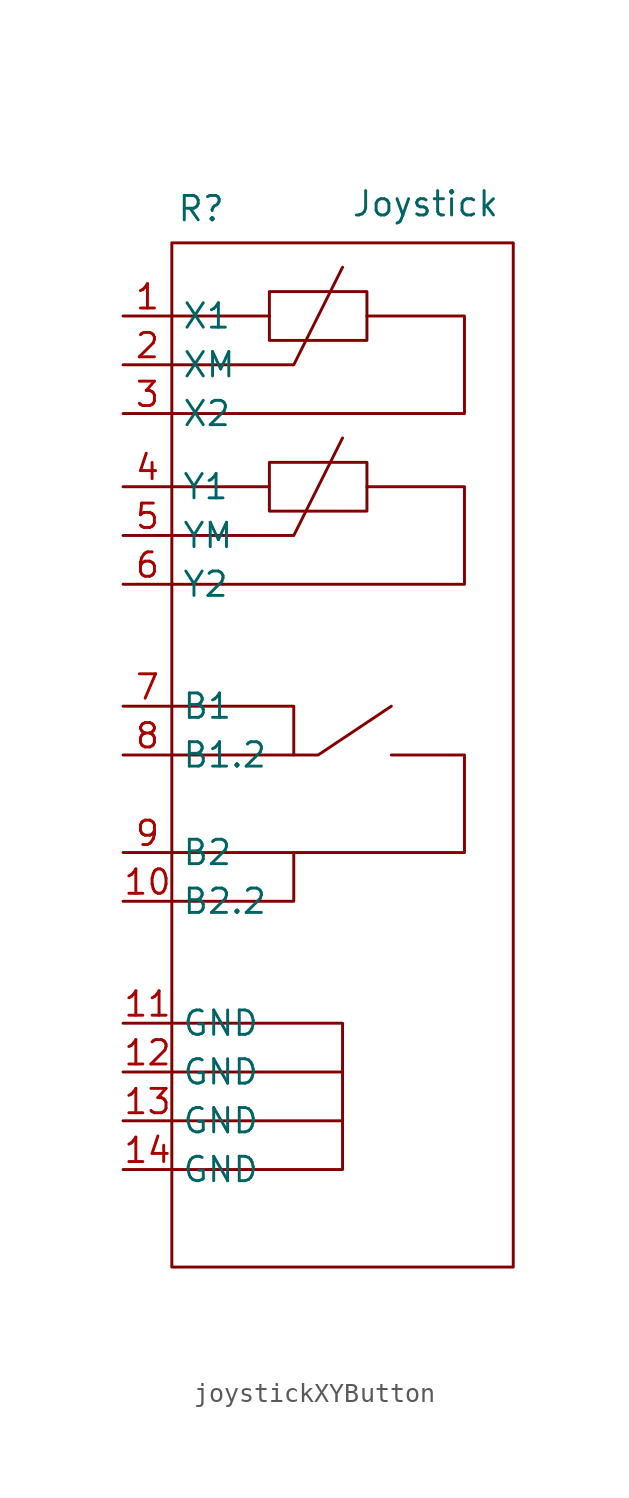
<source format=kicad_sym>
(kicad_symbol_lib
  (version 20231120)
  (generator "kicad_symbol_editor")
  (generator_version "8.0")
  (symbol "joystickXYButton"
    (property "Reference" "R"
      (at -3.556 11.938 0)
      (effects (font (size 1.27 1.27))))
    (property "Value" "Joystick"
      (at 8.128 12.192 0)
      (effects (font (size 1.27 1.27))))
    (symbol "joystickXYButton_0_1"
      (rectangle (start -5.08 10.16) (end 12.7 -43.18) (stroke (width 0) (type default)) (fill (type none)))
      (rectangle (start 0 -1.27) (end 5.08 -3.81) (stroke (width 0) (type default)) (fill (type none)))
      (polyline (pts (xy -5.08 -35.56) (xy 3.81 -35.56)) (stroke (width 0) (type default)) (fill (type none)))
      (polyline (pts (xy -5.08 -33.02) (xy 3.81 -33.02)) (stroke (width 0) (type default)) (fill (type none)))
      (polyline (pts (xy -5.08 -2.54) (xy 0 -2.54)) (stroke (width 0) (type default)) (fill (type none)))
      (polyline (pts (xy -5.08 6.35) (xy 0 6.35)) (stroke (width 0) (type default)) (fill (type none)))
      (polyline (pts (xy -5.08 -24.13) (xy 1.27 -24.13) (xy 1.27 -21.59)) (stroke (width 0) (type default)) (fill (type none)))
      (polyline (pts (xy -5.08 -5.08) (xy 1.27 -5.08) (xy 3.81 0)) (stroke (width 0) (type default)) (fill (type none)))
      (polyline (pts (xy -5.08 3.81) (xy 1.27 3.81) (xy 3.81 8.89)) (stroke (width 0) (type default)) (fill (type none)))
      (polyline (pts (xy 1.27 -16.51) (xy 2.54 -16.51) (xy 6.35 -13.97)) (stroke (width 0) (type default)) (fill (type none)))
      (polyline (pts (xy -5.08 -30.48) (xy 3.81 -30.48) (xy 3.81 -38.1) (xy -5.08 -38.1)) (stroke (width 0) (type default)) (fill (type none)))
      (polyline (pts (xy -5.08 -13.97) (xy 1.27 -13.97) (xy 1.27 -16.51) (xy -5.08 -16.51)) (stroke (width 0) (type default)) (fill (type none)))
      (polyline (pts (xy -5.08 1.27) (xy 10.16 1.27) (xy 10.16 6.35) (xy 5.08 6.35)) (stroke (width 0) (type default)) (fill (type none)))
      (polyline (pts (xy 5.08 -2.54) (xy 10.16 -2.54) (xy 10.16 -7.62) (xy -5.08 -7.62)) (stroke (width 0) (type default)) (fill (type none)))
      (polyline (pts (xy 6.35 -16.51) (xy 10.16 -16.51) (xy 10.16 -21.59) (xy -5.08 -21.59)) (stroke (width 0) (type default)) (fill (type none)))
      (rectangle (start 0 7.62) (end 5.08 5.08) (stroke (width 0) (type default)) (fill (type none))))
    (symbol "joystickXYButton_1_1"
      (pin passive line (at -7.62 6.35 0) (length 2.54) (name "X1" (effects (font (size 1.27 1.27)))) (number "1" (effects (font (size 1.27 1.27)))))
      (pin passive line (at -7.62 -24.13 0) (length 2.54) (name "B2.2" (effects (font (size 1.27 1.27)))) (number "10" (effects (font (size 1.27 1.27)))))
      (pin passive line (at -7.62 -30.48 0) (length 2.54) (name "GND" (effects (font (size 1.27 1.27)))) (number "11" (effects (font (size 1.27 1.27)))))
      (pin passive line (at -7.62 -33.02 0) (length 2.54) (name "GND" (effects (font (size 1.27 1.27)))) (number "12" (effects (font (size 1.27 1.27)))))
      (pin passive line (at -7.62 -35.56 0) (length 2.54) (name "GND" (effects (font (size 1.27 1.27)))) (number "13" (effects (font (size 1.27 1.27)))))
      (pin passive line (at -7.62 -38.1 0) (length 2.54) (name "GND" (effects (font (size 1.27 1.27)))) (number "14" (effects (font (size 1.27 1.27)))))
      (pin passive line (at -7.62 3.81 0) (length 2.54) (name "XM" (effects (font (size 1.27 1.27)))) (number "2" (effects (font (size 1.27 1.27)))))
      (pin passive line (at -7.62 1.27 0) (length 2.54) (name "X2" (effects (font (size 1.27 1.27)))) (number "3" (effects (font (size 1.27 1.27)))))
      (pin passive line (at -7.62 -2.54 0) (length 2.54) (name "Y1" (effects (font (size 1.27 1.27)))) (number "4" (effects (font (size 1.27 1.27)))))
      (pin passive line (at -7.62 -5.08 0) (length 2.54) (name "YM" (effects (font (size 1.27 1.27)))) (number "5" (effects (font (size 1.27 1.27)))))
      (pin passive line (at -7.62 -7.62 0) (length 2.54) (name "Y2" (effects (font (size 1.27 1.27)))) (number "6" (effects (font (size 1.27 1.27)))))
      (pin passive line (at -7.62 -13.97 0) (length 2.54) (name "B1" (effects (font (size 1.27 1.27)))) (number "7" (effects (font (size 1.27 1.27)))))
      (pin passive line (at -7.62 -16.51 0) (length 2.54) (name "B1.2" (effects (font (size 1.27 1.27)))) (number "8" (effects (font (size 1.27 1.27)))))
      (pin passive line (at -7.62 -21.59 0) (length 2.54) (name "B2" (effects (font (size 1.27 1.27)))) (number "9" (effects (font (size 1.27 1.27))))))))
</source>
